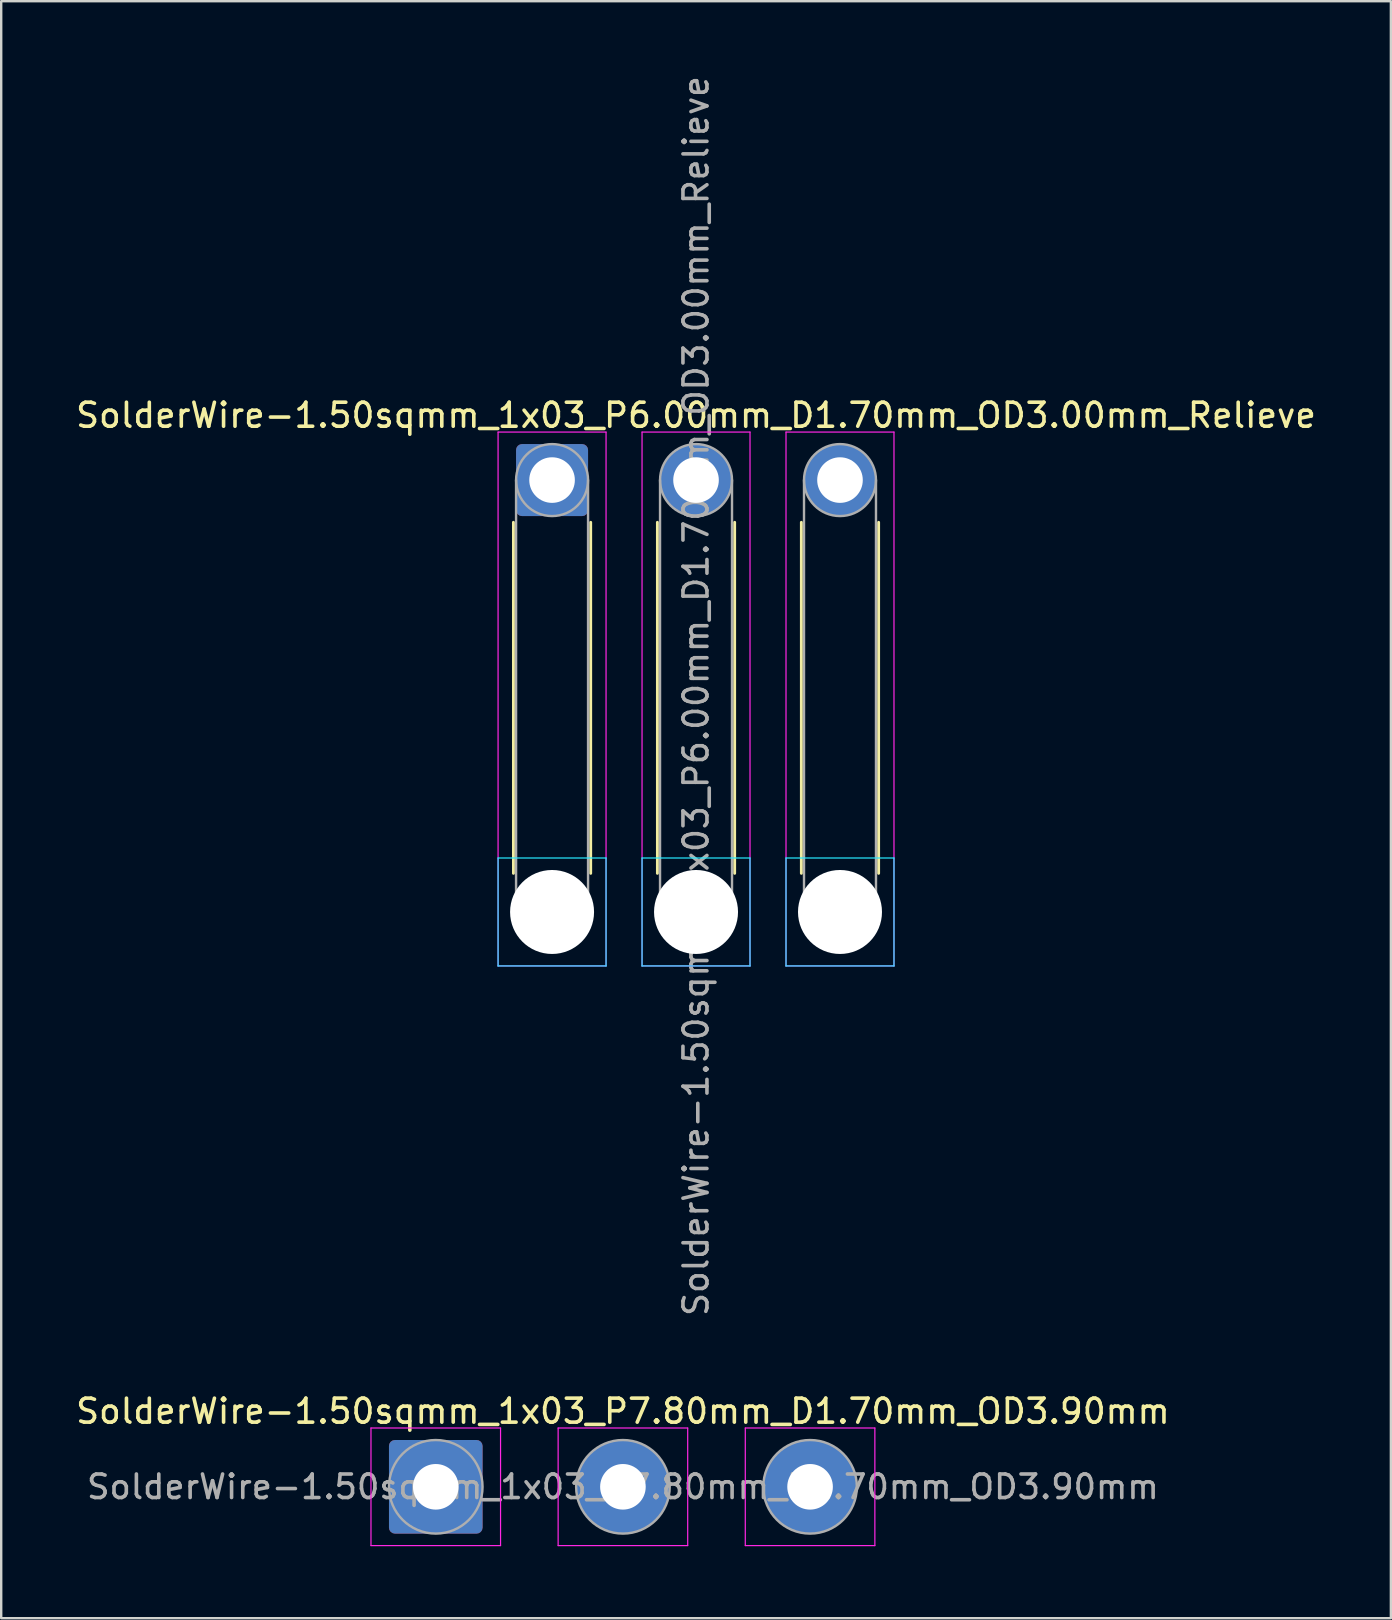
<source format=kicad_pcb>
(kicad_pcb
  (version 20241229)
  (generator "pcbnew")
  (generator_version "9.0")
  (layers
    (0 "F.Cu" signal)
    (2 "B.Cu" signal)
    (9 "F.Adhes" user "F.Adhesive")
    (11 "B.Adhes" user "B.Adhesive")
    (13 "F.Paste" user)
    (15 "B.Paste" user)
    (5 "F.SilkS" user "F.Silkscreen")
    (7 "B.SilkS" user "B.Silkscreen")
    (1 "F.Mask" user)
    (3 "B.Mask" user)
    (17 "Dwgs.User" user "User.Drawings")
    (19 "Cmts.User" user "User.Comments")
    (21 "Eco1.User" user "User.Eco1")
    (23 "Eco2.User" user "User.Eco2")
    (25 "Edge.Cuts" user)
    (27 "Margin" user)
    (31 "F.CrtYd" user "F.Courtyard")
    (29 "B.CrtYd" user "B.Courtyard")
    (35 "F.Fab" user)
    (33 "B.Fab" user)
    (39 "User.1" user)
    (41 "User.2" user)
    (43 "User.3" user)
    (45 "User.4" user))
  (footprint "SolderWire-1.50sqmm_1x03_P7.80mm_D1.70mm_OD3.90mm"
    (layer "F.Cu")
    (at 15.111 58.915)
    (property "Reference" "SolderWire-1.50sqmm_1x03_P7.80mm_D1.70mm_OD3.90mm" (at 7.8 -3.15 0) (layer "F.SilkS") (effects (font (size 1 1) (thickness 0.15))))
    (attr exclude_from_pos_files exclude_from_bom)
    (fp_line (start -2.7 -2.45) (end -2.7 2.45) (stroke (width 0.05) (type solid)) (layer "F.CrtYd"))
    (fp_line (start -2.7 2.45) (end 2.7 2.45) (stroke (width 0.05) (type solid)) (layer "F.CrtYd"))
    (fp_line (start 2.7 -2.45) (end -2.7 -2.45) (stroke (width 0.05) (type solid)) (layer "F.CrtYd"))
    (fp_line (start 2.7 2.45) (end 2.7 -2.45) (stroke (width 0.05) (type solid)) (layer "F.CrtYd"))
    (fp_line (start 5.1 -2.45) (end 5.1 2.45) (stroke (width 0.05) (type solid)) (layer "F.CrtYd"))
    (fp_line (start 5.1 2.45) (end 10.5 2.45) (stroke (width 0.05) (type solid)) (layer "F.CrtYd"))
    (fp_line (start 10.5 -2.45) (end 5.1 -2.45) (stroke (width 0.05) (type solid)) (layer "F.CrtYd"))
    (fp_line (start 10.5 2.45) (end 10.5 -2.45) (stroke (width 0.05) (type solid)) (layer "F.CrtYd"))
    (fp_line (start 12.9 -2.45) (end 12.9 2.45) (stroke (width 0.05) (type solid)) (layer "F.CrtYd"))
    (fp_line (start 12.9 2.45) (end 18.3 2.45) (stroke (width 0.05) (type solid)) (layer "F.CrtYd"))
    (fp_line (start 18.3 -2.45) (end 12.9 -2.45) (stroke (width 0.05) (type solid)) (layer "F.CrtYd"))
    (fp_line (start 18.3 2.45) (end 18.3 -2.45) (stroke (width 0.05) (type solid)) (layer "F.CrtYd"))
    (fp_circle (center 0 0) (end 1.95 0) (stroke (width 0.1) (type solid)) (fill no) (layer "F.Fab"))
    (fp_circle (center 7.8 0) (end 9.75 0) (stroke (width 0.1) (type solid)) (fill no) (layer "F.Fab"))
    (fp_circle (center 15.6 0) (end 17.55 0) (stroke (width 0.1) (type solid)) (fill no) (layer "F.Fab"))
    (fp_text user "${REFERENCE}" (at 7.8 0 0) (layer "F.Fab") (effects (font (size 0.98 0.98) (thickness 0.15))))
    (pad "1" thru_hole roundrect (at 0 0) (size 3.9 3.9) (drill 1.9) (layers "*.Cu" "*.Mask") (roundrect_rratio 0.064))
    (pad "2" thru_hole circle (at 7.8 0) (size 3.9 3.9) (drill 1.9) (layers "*.Cu" "*.Mask"))
    (pad "3" thru_hole circle (at 15.6 0) (size 3.9 3.9) (drill 1.9) (layers "*.Cu" "*.Mask")))
  (footprint "SolderWire-1.50sqmm_1x03_P6.00mm_D1.70mm_OD3.00mm_Relieve"
    (layer "F.Cu")
    (at 19.958 16.958)
    (property "Reference" "SolderWire-1.50sqmm_1x03_P6.00mm_D1.70mm_OD3.00mm_Relieve" (at 6 -2.7 0) (layer "F.SilkS") (effects (font (size 1 1) (thickness 0.15))))
    (attr exclude_from_pos_files exclude_from_bom)
    (fp_line (start -1.61 1.76) (end -1.61 16.39) (stroke (width 0.12) (type solid)) (layer "F.SilkS"))
    (fp_line (start 1.61 1.76) (end 1.61 16.39) (stroke (width 0.12) (type solid)) (layer "F.SilkS"))
    (fp_line (start 4.39 1.76) (end 4.39 16.39) (stroke (width 0.12) (type solid)) (layer "F.SilkS"))
    (fp_line (start 7.61 1.76) (end 7.61 16.39) (stroke (width 0.12) (type solid)) (layer "F.SilkS"))
    (fp_line (start 10.39 1.76) (end 10.39 16.39) (stroke (width 0.12) (type solid)) (layer "F.SilkS"))
    (fp_line (start 13.61 1.76) (end 13.61 16.39) (stroke (width 0.12) (type solid)) (layer "F.SilkS"))
    (fp_line (start -2.25 15.75) (end -2.25 20.25) (stroke (width 0.05) (type solid)) (layer "B.CrtYd"))
    (fp_line (start -2.25 20.25) (end 2.25 20.25) (stroke (width 0.05) (type solid)) (layer "B.CrtYd"))
    (fp_line (start 2.25 15.75) (end -2.25 15.75) (stroke (width 0.05) (type solid)) (layer "B.CrtYd"))
    (fp_line (start 2.25 20.25) (end 2.25 15.75) (stroke (width 0.05) (type solid)) (layer "B.CrtYd"))
    (fp_line (start 3.75 15.75) (end 3.75 20.25) (stroke (width 0.05) (type solid)) (layer "B.CrtYd"))
    (fp_line (start 3.75 20.25) (end 8.25 20.25) (stroke (width 0.05) (type solid)) (layer "B.CrtYd"))
    (fp_line (start 8.25 15.75) (end 3.75 15.75) (stroke (width 0.05) (type solid)) (layer "B.CrtYd"))
    (fp_line (start 8.25 20.25) (end 8.25 15.75) (stroke (width 0.05) (type solid)) (layer "B.CrtYd"))
    (fp_line (start 9.75 15.75) (end 9.75 20.25) (stroke (width 0.05) (type solid)) (layer "B.CrtYd"))
    (fp_line (start 9.75 20.25) (end 14.25 20.25) (stroke (width 0.05) (type solid)) (layer "B.CrtYd"))
    (fp_line (start 14.25 15.75) (end 9.75 15.75) (stroke (width 0.05) (type solid)) (layer "B.CrtYd"))
    (fp_line (start 14.25 20.25) (end 14.25 15.75) (stroke (width 0.05) (type solid)) (layer "B.CrtYd"))
    (fp_line (start -2.25 -2) (end -2.25 20.25) (stroke (width 0.05) (type solid)) (layer "F.CrtYd"))
    (fp_line (start -2.25 20.25) (end 2.25 20.25) (stroke (width 0.05) (type solid)) (layer "F.CrtYd"))
    (fp_line (start 2.25 -2) (end -2.25 -2) (stroke (width 0.05) (type solid)) (layer "F.CrtYd"))
    (fp_line (start 2.25 20.25) (end 2.25 -2) (stroke (width 0.05) (type solid)) (layer "F.CrtYd"))
    (fp_line (start 3.75 -2) (end 3.75 20.25) (stroke (width 0.05) (type solid)) (layer "F.CrtYd"))
    (fp_line (start 3.75 20.25) (end 8.25 20.25) (stroke (width 0.05) (type solid)) (layer "F.CrtYd"))
    (fp_line (start 8.25 -2) (end 3.75 -2) (stroke (width 0.05) (type solid)) (layer "F.CrtYd"))
    (fp_line (start 8.25 20.25) (end 8.25 -2) (stroke (width 0.05) (type solid)) (layer "F.CrtYd"))
    (fp_line (start 9.75 -2) (end 9.75 20.25) (stroke (width 0.05) (type solid)) (layer "F.CrtYd"))
    (fp_line (start 9.75 20.25) (end 14.25 20.25) (stroke (width 0.05) (type solid)) (layer "F.CrtYd"))
    (fp_line (start 14.25 -2) (end 9.75 -2) (stroke (width 0.05) (type solid)) (layer "F.CrtYd"))
    (fp_line (start 14.25 20.25) (end 14.25 -2) (stroke (width 0.05) (type solid)) (layer "F.CrtYd"))
    (fp_line (start -1.5 0) (end -1.5 18) (stroke (width 0.1) (type solid)) (layer "F.Fab"))
    (fp_line (start 1.5 0) (end 1.5 18) (stroke (width 0.1) (type solid)) (layer "F.Fab"))
    (fp_line (start 4.5 0) (end 4.5 18) (stroke (width 0.1) (type solid)) (layer "F.Fab"))
    (fp_line (start 7.5 0) (end 7.5 18) (stroke (width 0.1) (type solid)) (layer "F.Fab"))
    (fp_line (start 10.5 0) (end 10.5 18) (stroke (width 0.1) (type solid)) (layer "F.Fab"))
    (fp_line (start 13.5 0) (end 13.5 18) (stroke (width 0.1) (type solid)) (layer "F.Fab"))
    (fp_circle (center 0 0) (end 1.5 0) (stroke (width 0.1) (type solid)) (fill no) (layer "F.Fab"))
    (fp_circle (center 0 18) (end 1.5 18) (stroke (width 0.1) (type solid)) (fill no) (layer "F.Fab"))
    (fp_circle (center 6 0) (end 7.5 0) (stroke (width 0.1) (type solid)) (fill no) (layer "F.Fab"))
    (fp_circle (center 6 18) (end 7.5 18) (stroke (width 0.1) (type solid)) (fill no) (layer "F.Fab"))
    (fp_circle (center 12 0) (end 13.5 0) (stroke (width 0.1) (type solid)) (fill no) (layer "F.Fab"))
    (fp_circle (center 12 18) (end 13.5 18) (stroke (width 0.1) (type solid)) (fill no) (layer "F.Fab"))
    (fp_text user "${REFERENCE}" (at 6 9 90) (layer "F.Fab") (effects (font (size 1 1) (thickness 0.15))))
    (pad "" np_thru_hole circle (at 0 18) (size 3.5 3.5) (drill 3.5) (layers "*.Cu" "*.Mask"))
    (pad "" np_thru_hole circle (at 6 18) (size 3.5 3.5) (drill 3.5) (layers "*.Cu" "*.Mask"))
    (pad "" np_thru_hole circle (at 12 18) (size 3.5 3.5) (drill 3.5) (layers "*.Cu" "*.Mask"))
    (pad "1" thru_hole roundrect (at 0 0) (size 3 3) (drill 1.9) (layers "*.Cu" "*.Mask") (roundrect_rratio 0.083))
    (pad "2" thru_hole circle (at 6 0) (size 3 3) (drill 1.9) (layers "*.Cu" "*.Mask"))
    (pad "3" thru_hole circle (at 12 0) (size 3 3) (drill 1.9) (layers "*.Cu" "*.Mask")))
  (gr_rect
    (start -3 -3)
    (end 54.917 64.39)
    (stroke (width 0.1) (type default))
    (fill no)
    (layer "Edge.Cuts")))
</source>
